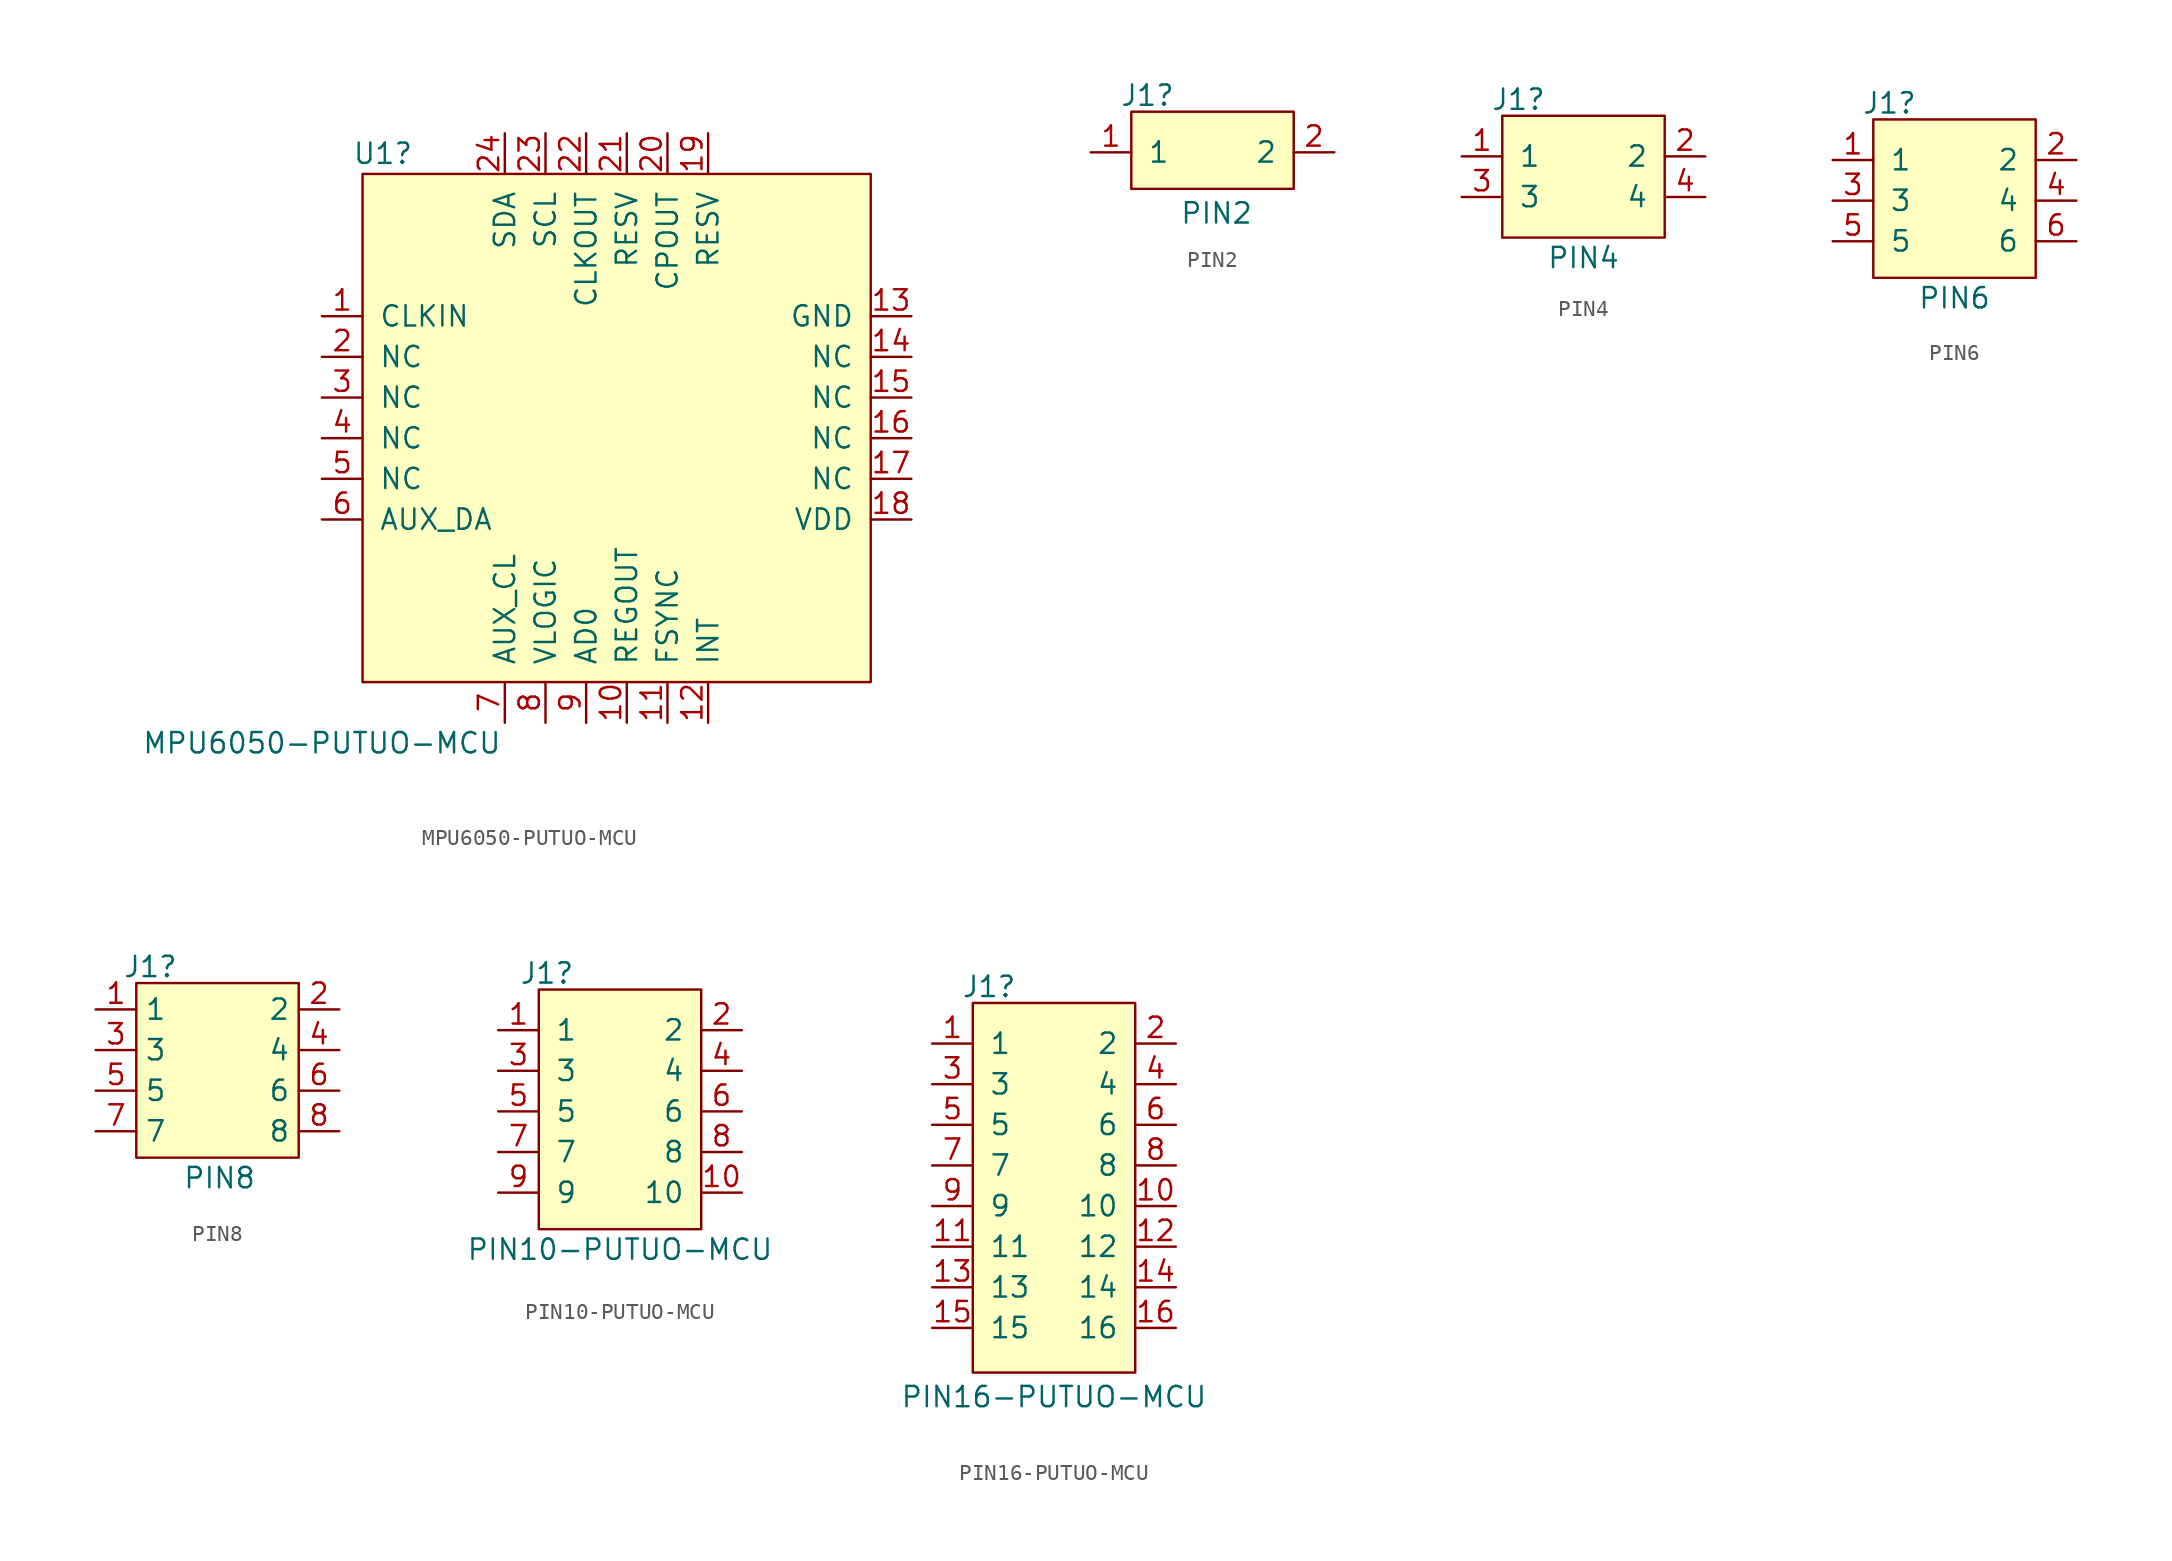
<source format=kicad_sym>
(kicad_symbol_lib
  (version 20211014)
  (generator kicad_symbol_editor)
  (symbol "MPU6050-PUTUO-MCU"
    (pin_names
      (offset 1.016))
    (property "Reference" "U1"
      (at -13.97 16.51 0)
      (effects (font (size 1.27 1.27))))
    (property "Value" "MPU6050-PUTUO-MCU"
      (at -17.78 -20.32 0)
      (effects (font (size 1.27 1.27))))
    (symbol "MPU6050-PUTUO-MCU_0_1"
      (rectangle (start -15.24 15.24) (end 16.51 -16.51) (stroke (width 0) (type default) (color 0 0 0 0)) (fill (type background))))
    (symbol "MPU6050-PUTUO-MCU_1_1"
      (pin input line (at -17.78 6.35 0) (length 2.54) (name "CLKIN" (effects (font (size 1.27 1.27)))) (number "1" (effects (font (size 1.27 1.27)))))
      (pin input line (at 1.27 -19.05 90) (length 2.54) (name "REGOUT" (effects (font (size 1.27 1.27)))) (number "10" (effects (font (size 1.27 1.27)))))
      (pin input line (at 3.81 -19.05 90) (length 2.54) (name "FSYNC" (effects (font (size 1.27 1.27)))) (number "11" (effects (font (size 1.27 1.27)))))
      (pin input line (at 6.35 -19.05 90) (length 2.54) (name "INT" (effects (font (size 1.27 1.27)))) (number "12" (effects (font (size 1.27 1.27)))))
      (pin input line (at 19.05 6.35 180) (length 2.54) (name "GND" (effects (font (size 1.27 1.27)))) (number "13" (effects (font (size 1.27 1.27)))))
      (pin input line (at 19.05 3.81 180) (length 2.54) (name "NC" (effects (font (size 1.27 1.27)))) (number "14" (effects (font (size 1.27 1.27)))))
      (pin input line (at 19.05 1.27 180) (length 2.54) (name "NC" (effects (font (size 1.27 1.27)))) (number "15" (effects (font (size 1.27 1.27)))))
      (pin input line (at 19.05 -1.27 180) (length 2.54) (name "NC" (effects (font (size 1.27 1.27)))) (number "16" (effects (font (size 1.27 1.27)))))
      (pin input line (at 19.05 -3.81 180) (length 2.54) (name "NC" (effects (font (size 1.27 1.27)))) (number "17" (effects (font (size 1.27 1.27)))))
      (pin input line (at 19.05 -6.35 180) (length 2.54) (name "VDD" (effects (font (size 1.27 1.27)))) (number "18" (effects (font (size 1.27 1.27)))))
      (pin input line (at 6.35 17.78 270) (length 2.54) (name "RESV" (effects (font (size 1.27 1.27)))) (number "19" (effects (font (size 1.27 1.27)))))
      (pin input line (at -17.78 3.81 0) (length 2.54) (name "NC" (effects (font (size 1.27 1.27)))) (number "2" (effects (font (size 1.27 1.27)))))
      (pin output line (at 3.81 17.78 270) (length 2.54) (name "CPOUT" (effects (font (size 1.27 1.27)))) (number "20" (effects (font (size 1.27 1.27)))))
      (pin input line (at 1.27 17.78 270) (length 2.54) (name "RESV" (effects (font (size 1.27 1.27)))) (number "21" (effects (font (size 1.27 1.27)))))
      (pin output line (at -1.27 17.78 270) (length 2.54) (name "CLKOUT" (effects (font (size 1.27 1.27)))) (number "22" (effects (font (size 1.27 1.27)))))
      (pin input line (at -3.81 17.78 270) (length 2.54) (name "SCL" (effects (font (size 1.27 1.27)))) (number "23" (effects (font (size 1.27 1.27)))))
      (pin input line (at -6.35 17.78 270) (length 2.54) (name "SDA" (effects (font (size 1.27 1.27)))) (number "24" (effects (font (size 1.27 1.27)))))
      (pin input line (at -17.78 1.27 0) (length 2.54) (name "NC" (effects (font (size 1.27 1.27)))) (number "3" (effects (font (size 1.27 1.27)))))
      (pin input line (at -17.78 -1.27 0) (length 2.54) (name "NC" (effects (font (size 1.27 1.27)))) (number "4" (effects (font (size 1.27 1.27)))))
      (pin input line (at -17.78 -3.81 0) (length 2.54) (name "NC" (effects (font (size 1.27 1.27)))) (number "5" (effects (font (size 1.27 1.27)))))
      (pin input line (at -17.78 -6.35 0) (length 2.54) (name "AUX_DA" (effects (font (size 1.27 1.27)))) (number "6" (effects (font (size 1.27 1.27)))))
      (pin input line (at -6.35 -19.05 90) (length 2.54) (name "AUX_CL" (effects (font (size 1.27 1.27)))) (number "7" (effects (font (size 1.27 1.27)))))
      (pin input line (at -3.81 -19.05 90) (length 2.54) (name "VLOGIC" (effects (font (size 1.27 1.27)))) (number "8" (effects (font (size 1.27 1.27)))))
      (pin input line (at -1.27 -19.05 90) (length 2.54) (name "AD0" (effects (font (size 1.27 1.27)))) (number "9" (effects (font (size 1.27 1.27)))))))
  (symbol "PIN2"
    (pin_names
      (offset 1.016))
    (property "Reference" "J1"
      (at -4.064 3.556 0)
      (effects (font (size 1.27 1.27))))
    (property "Value" "PIN2"
      (at 0.254 -3.81 0)
      (effects (font (size 1.27 1.27))))
    (symbol "PIN2_1_1"
      (rectangle (start -5.08 2.54) (end 5.08 -2.286) (stroke (width 0) (type default) (color 0 0 0 0)) (fill (type background)))
      (pin input line (at -7.62 0 0) (length 2.54) (name "1" (effects (font (size 1.27 1.27)))) (number "1" (effects (font (size 1.27 1.27)))))
      (pin input line (at 7.62 0 180) (length 2.54) (name "2" (effects (font (size 1.27 1.27)))) (number "2" (effects (font (size 1.27 1.27)))))))
  (symbol "PIN4"
    (pin_names
      (offset 1.016))
    (property "Reference" "J1"
      (at -4.064 4.826 0)
      (effects (font (size 1.27 1.27))))
    (property "Value" "PIN4"
      (at 0 -5.08 0)
      (effects (font (size 1.27 1.27))))
    (symbol "PIN4_1_1"
      (rectangle (start -5.08 3.81) (end 5.08 -3.81) (stroke (width 0) (type default) (color 0 0 0 0)) (fill (type background)))
      (pin input line (at -7.62 1.27 0) (length 2.54) (name "1" (effects (font (size 1.27 1.27)))) (number "1" (effects (font (size 1.27 1.27)))))
      (pin input line (at 7.62 1.27 180) (length 2.54) (name "2" (effects (font (size 1.27 1.27)))) (number "2" (effects (font (size 1.27 1.27)))))
      (pin input line (at -7.62 -1.27 0) (length 2.54) (name "3" (effects (font (size 1.27 1.27)))) (number "3" (effects (font (size 1.27 1.27)))))
      (pin input line (at 7.62 -1.27 180) (length 2.54) (name "4" (effects (font (size 1.27 1.27)))) (number "4" (effects (font (size 1.27 1.27)))))))
  (symbol "PIN6"
    (pin_names
      (offset 1.016))
    (property "Reference" "J1"
      (at -4.064 6.096 0)
      (effects (font (size 1.27 1.27))))
    (property "Value" "PIN6"
      (at 0 -6.096 0)
      (effects (font (size 1.27 1.27))))
    (symbol "PIN6_1_1"
      (rectangle (start -5.08 5.08) (end 5.08 -4.826) (stroke (width 0) (type default) (color 0 0 0 0)) (fill (type background)))
      (pin input line (at -7.62 2.54 0) (length 2.54) (name "1" (effects (font (size 1.27 1.27)))) (number "1" (effects (font (size 1.27 1.27)))))
      (pin input line (at 7.62 2.54 180) (length 2.54) (name "2" (effects (font (size 1.27 1.27)))) (number "2" (effects (font (size 1.27 1.27)))))
      (pin input line (at -7.62 0 0) (length 2.54) (name "3" (effects (font (size 1.27 1.27)))) (number "3" (effects (font (size 1.27 1.27)))))
      (pin input line (at 7.62 0 180) (length 2.54) (name "4" (effects (font (size 1.27 1.27)))) (number "4" (effects (font (size 1.27 1.27)))))
      (pin input line (at -7.62 -2.54 0) (length 2.54) (name "5" (effects (font (size 1.27 1.27)))) (number "5" (effects (font (size 1.27 1.27)))))
      (pin input line (at 7.62 -2.54 180) (length 2.54) (name "6" (effects (font (size 1.27 1.27)))) (number "6" (effects (font (size 1.27 1.27)))))))
  (symbol "PIN8"
    (property "Reference" "J1"
      (at -4.318 6.35 0)
      (effects (font (size 1.27 1.27))))
    (property "Value" "PIN8"
      (at 0 -6.858 0)
      (effects (font (size 1.27 1.27))))
    (symbol "PIN8_1_1"
      (rectangle (start -5.207 5.334) (end 4.953 -5.588) (stroke (width 0) (type default) (color 0 0 0 0)) (fill (type background)))
      (pin input line (at -7.747 3.683 0) (length 2.54) (name "1" (effects (font (size 1.27 1.27)))) (number "1" (effects (font (size 1.27 1.27)))))
      (pin input line (at 7.493 3.683 180) (length 2.54) (name "2" (effects (font (size 1.27 1.27)))) (number "2" (effects (font (size 1.27 1.27)))))
      (pin input line (at -7.747 1.143 0) (length 2.54) (name "3" (effects (font (size 1.27 1.27)))) (number "3" (effects (font (size 1.27 1.27)))))
      (pin input line (at 7.493 1.143 180) (length 2.54) (name "4" (effects (font (size 1.27 1.27)))) (number "4" (effects (font (size 1.27 1.27)))))
      (pin input line (at -7.747 -1.397 0) (length 2.54) (name "5" (effects (font (size 1.27 1.27)))) (number "5" (effects (font (size 1.27 1.27)))))
      (pin input line (at 7.493 -1.397 180) (length 2.54) (name "6" (effects (font (size 1.27 1.27)))) (number "6" (effects (font (size 1.27 1.27)))))
      (pin input line (at -7.747 -3.937 0) (length 2.54) (name "7" (effects (font (size 1.27 1.27)))) (number "7" (effects (font (size 1.27 1.27)))))
      (pin input line (at 7.493 -3.937 180) (length 2.54) (name "8" (effects (font (size 1.27 1.27)))) (number "8" (effects (font (size 1.27 1.27)))))))
  (symbol "PIN10-PUTUO-MCU"
    (pin_names
      (offset 1.016))
    (property "Reference" "J1"
      (at -4.572 8.636 0)
      (effects (font (size 1.27 1.27))))
    (property "Value" "PIN10-PUTUO-MCU"
      (at 0 -8.636 0)
      (effects (font (size 1.27 1.27))))
    (symbol "PIN10-PUTUO-MCU_1_1"
      (rectangle (start -5.08 7.62) (end 5.08 -7.366) (stroke (width 0) (type default) (color 0 0 0 0)) (fill (type background)))
      (pin input line (at -7.62 5.08 0) (length 2.54) (name "1" (effects (font (size 1.27 1.27)))) (number "1" (effects (font (size 1.27 1.27)))))
      (pin input line (at 7.62 -5.08 180) (length 2.54) (name "10" (effects (font (size 1.27 1.27)))) (number "10" (effects (font (size 1.27 1.27)))))
      (pin input line (at 7.62 5.08 180) (length 2.54) (name "2" (effects (font (size 1.27 1.27)))) (number "2" (effects (font (size 1.27 1.27)))))
      (pin input line (at -7.62 2.54 0) (length 2.54) (name "3" (effects (font (size 1.27 1.27)))) (number "3" (effects (font (size 1.27 1.27)))))
      (pin input line (at 7.62 2.54 180) (length 2.54) (name "4" (effects (font (size 1.27 1.27)))) (number "4" (effects (font (size 1.27 1.27)))))
      (pin input line (at -7.62 0 0) (length 2.54) (name "5" (effects (font (size 1.27 1.27)))) (number "5" (effects (font (size 1.27 1.27)))))
      (pin input line (at 7.62 0 180) (length 2.54) (name "6" (effects (font (size 1.27 1.27)))) (number "6" (effects (font (size 1.27 1.27)))))
      (pin input line (at -7.62 -2.54 0) (length 2.54) (name "7" (effects (font (size 1.27 1.27)))) (number "7" (effects (font (size 1.27 1.27)))))
      (pin input line (at 7.62 -2.54 180) (length 2.54) (name "8" (effects (font (size 1.27 1.27)))) (number "8" (effects (font (size 1.27 1.27)))))
      (pin input line (at -7.62 -5.08 0) (length 2.54) (name "9" (effects (font (size 1.27 1.27)))) (number "9" (effects (font (size 1.27 1.27)))))))
  (symbol "PIN16-PUTUO-MCU"
    (pin_names
      (offset 1.016))
    (property "Reference" "J1"
      (at -4.064 12.446 0)
      (effects (font (size 1.27 1.27))))
    (property "Value" "PIN16-PUTUO-MCU"
      (at 0 -13.208 0)
      (effects (font (size 1.27 1.27))))
    (symbol "PIN16-PUTUO-MCU_1_1"
      (rectangle (start -5.08 11.43) (end 5.08 -11.684) (stroke (width 0) (type default) (color 0 0 0 0)) (fill (type background)))
      (pin input line (at -7.62 8.89 0) (length 2.54) (name "1" (effects (font (size 1.27 1.27)))) (number "1" (effects (font (size 1.27 1.27)))))
      (pin input line (at 7.62 -1.27 180) (length 2.54) (name "10" (effects (font (size 1.27 1.27)))) (number "10" (effects (font (size 1.27 1.27)))))
      (pin input line (at -7.62 -3.81 0) (length 2.54) (name "11" (effects (font (size 1.27 1.27)))) (number "11" (effects (font (size 1.27 1.27)))))
      (pin input line (at 7.62 -3.81 180) (length 2.54) (name "12" (effects (font (size 1.27 1.27)))) (number "12" (effects (font (size 1.27 1.27)))))
      (pin input line (at -7.62 -6.35 0) (length 2.54) (name "13" (effects (font (size 1.27 1.27)))) (number "13" (effects (font (size 1.27 1.27)))))
      (pin input line (at 7.62 -6.35 180) (length 2.54) (name "14" (effects (font (size 1.27 1.27)))) (number "14" (effects (font (size 1.27 1.27)))))
      (pin input line (at -7.62 -8.89 0) (length 2.54) (name "15" (effects (font (size 1.27 1.27)))) (number "15" (effects (font (size 1.27 1.27)))))
      (pin input line (at 7.62 -8.89 180) (length 2.54) (name "16" (effects (font (size 1.27 1.27)))) (number "16" (effects (font (size 1.27 1.27)))))
      (pin input line (at 7.62 8.89 180) (length 2.54) (name "2" (effects (font (size 1.27 1.27)))) (number "2" (effects (font (size 1.27 1.27)))))
      (pin input line (at -7.62 6.35 0) (length 2.54) (name "3" (effects (font (size 1.27 1.27)))) (number "3" (effects (font (size 1.27 1.27)))))
      (pin input line (at 7.62 6.35 180) (length 2.54) (name "4" (effects (font (size 1.27 1.27)))) (number "4" (effects (font (size 1.27 1.27)))))
      (pin input line (at -7.62 3.81 0) (length 2.54) (name "5" (effects (font (size 1.27 1.27)))) (number "5" (effects (font (size 1.27 1.27)))))
      (pin input line (at 7.62 3.81 180) (length 2.54) (name "6" (effects (font (size 1.27 1.27)))) (number "6" (effects (font (size 1.27 1.27)))))
      (pin input line (at -7.62 1.27 0) (length 2.54) (name "7" (effects (font (size 1.27 1.27)))) (number "7" (effects (font (size 1.27 1.27)))))
      (pin input line (at 7.62 1.27 180) (length 2.54) (name "8" (effects (font (size 1.27 1.27)))) (number "8" (effects (font (size 1.27 1.27)))))
      (pin input line (at -7.62 -1.27 0) (length 2.54) (name "9" (effects (font (size 1.27 1.27)))) (number "9" (effects (font (size 1.27 1.27))))))))
</source>
